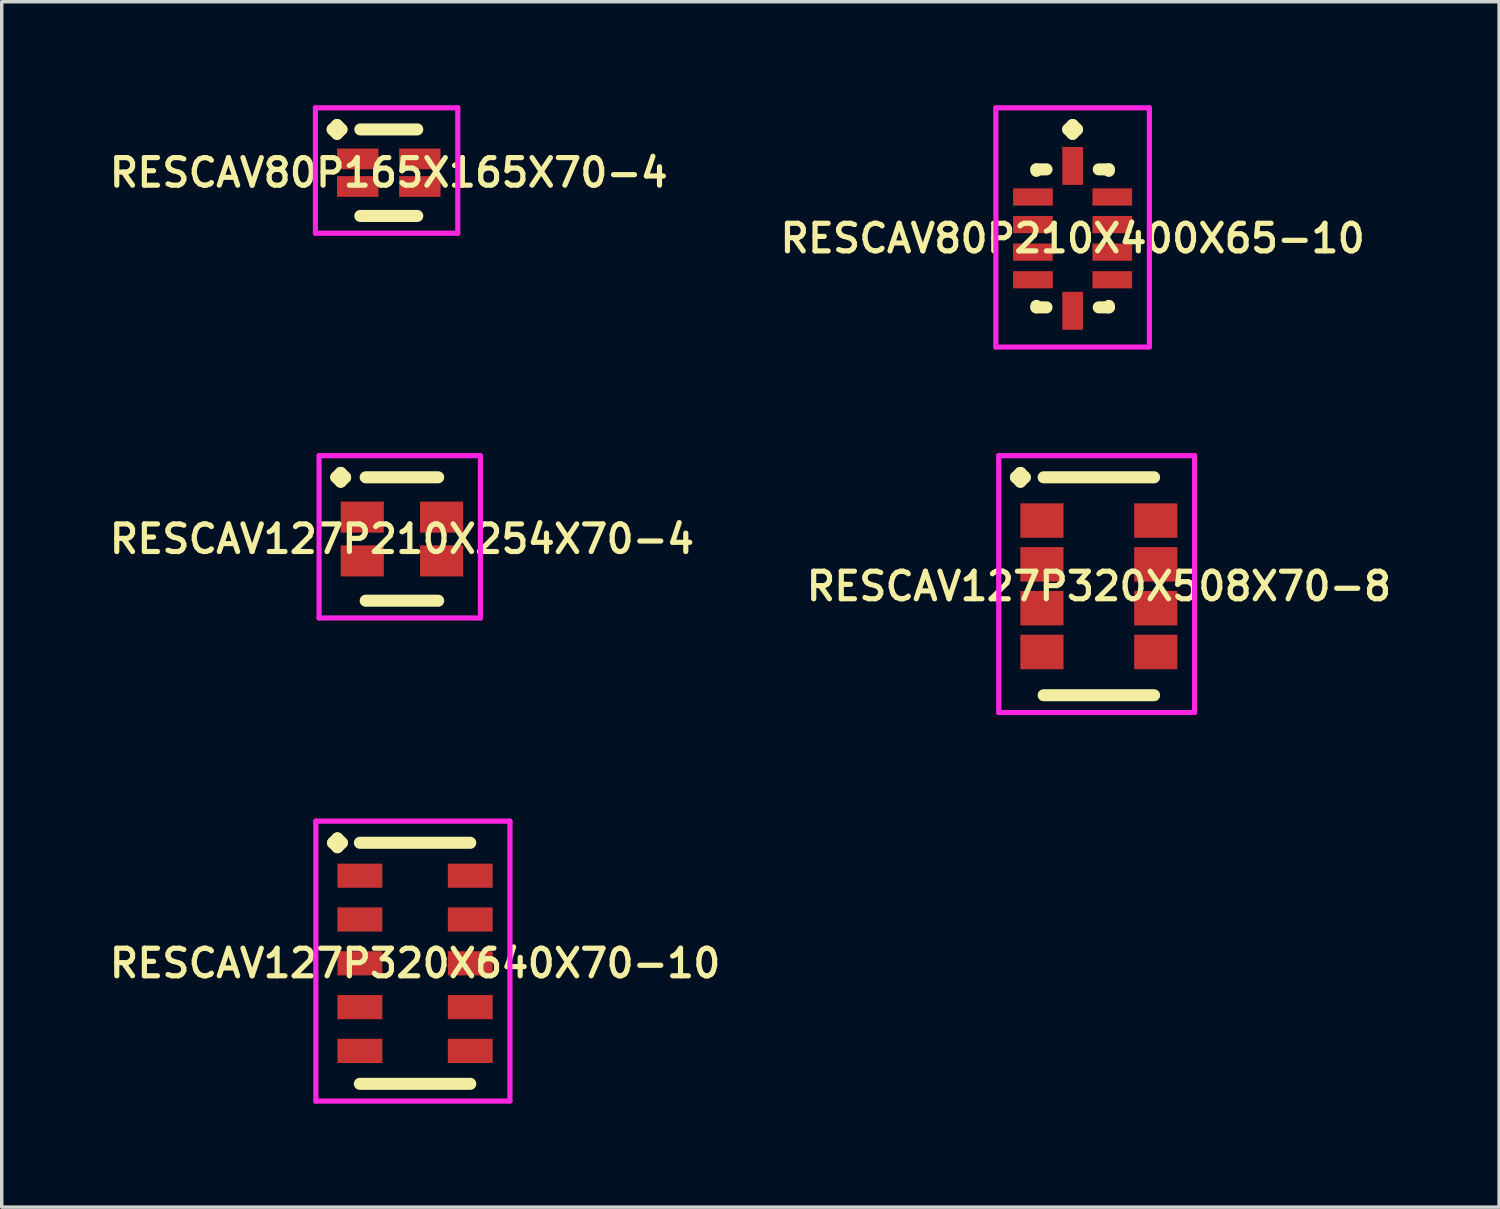
<source format=kicad_pcb>
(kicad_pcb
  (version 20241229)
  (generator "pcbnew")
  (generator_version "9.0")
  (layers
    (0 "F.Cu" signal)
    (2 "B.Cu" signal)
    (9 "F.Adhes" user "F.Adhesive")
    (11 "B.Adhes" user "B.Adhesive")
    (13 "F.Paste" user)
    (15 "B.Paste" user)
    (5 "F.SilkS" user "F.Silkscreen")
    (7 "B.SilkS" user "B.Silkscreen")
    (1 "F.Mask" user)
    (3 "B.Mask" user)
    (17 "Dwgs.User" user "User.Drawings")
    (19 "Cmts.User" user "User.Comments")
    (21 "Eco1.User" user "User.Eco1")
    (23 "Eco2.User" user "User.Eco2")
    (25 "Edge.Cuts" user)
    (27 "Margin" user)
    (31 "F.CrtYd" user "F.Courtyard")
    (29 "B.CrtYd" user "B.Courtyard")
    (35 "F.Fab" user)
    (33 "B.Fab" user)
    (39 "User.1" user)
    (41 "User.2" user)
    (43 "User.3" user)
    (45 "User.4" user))
  (footprint "RESCAV80P165X165X70-4"
    (layer "F.Cu")
    (at 8.221 1.956)
    (property "Reference" "RESCAV80P165X165X70-4" (at 0 0 0) (layer "F.SilkS") (effects (font (size 0.8 0.8) (thickness 0.15))))
    (attr smd)
    (fp_line (start -1.627 -1.254) (end -1.5 -1.381) (stroke (width 0.35) (type solid)) (layer "F.SilkS"))
    (fp_line (start -1.5 -1.381) (end -1.373 -1.254) (stroke (width 0.35) (type solid)) (layer "F.SilkS"))
    (fp_line (start -1.5 -1.127) (end -1.627 -1.254) (stroke (width 0.35) (type solid)) (layer "F.SilkS"))
    (fp_line (start -1.373 -1.254) (end -1.5 -1.127) (stroke (width 0.35) (type solid)) (layer "F.SilkS"))
    (fp_line (start -0.825 -1.254) (end 0.825 -1.254) (stroke (width 0.35) (type solid)) (layer "F.SilkS"))
    (fp_line (start -0.825 1.254) (end 0.825 1.254) (stroke (width 0.35) (type solid)) (layer "F.SilkS"))
    (fp_line (start -2.127 -1.881) (end 2 -1.881) (stroke (width 0.15) (type solid)) (layer "F.CrtYd"))
    (fp_line (start -2.127 1.754) (end -2.127 -1.881) (stroke (width 0.15) (type solid)) (layer "F.CrtYd"))
    (fp_line (start 2 -1.881) (end 2 1.754) (stroke (width 0.15) (type solid)) (layer "F.CrtYd"))
    (fp_line (start 2 1.754) (end -2.127 1.754) (stroke (width 0.15) (type solid)) (layer "F.CrtYd"))
    (pad "1" smd rect (at -0.9 -0.4) (size 1.2 0.6) (layers "F.Cu" "F.Mask" "F.Paste"))
    (pad "2" smd rect (at -0.9 0.4) (size 1.2 0.6) (layers "F.Cu" "F.Mask" "F.Paste"))
    (pad "3" smd rect (at 0.9 0.4) (size 1.2 0.6) (layers "F.Cu" "F.Mask" "F.Paste"))
    (pad "4" smd rect (at 0.9 -0.4) (size 1.2 0.6) (layers "F.Cu" "F.Mask" "F.Paste")))
  (footprint "RESCAV127P320X508X70-8"
    (layer "F.Cu")
    (at 28.806 13.946)
    (property "Reference" "RESCAV127P320X508X70-8" (at 0 0 0) (layer "F.SilkS") (effects (font (size 0.8 0.8) (thickness 0.15))))
    (attr smd)
    (fp_line (start -2.402 -3.159) (end -2.275 -3.286) (stroke (width 0.35) (type solid)) (layer "F.SilkS"))
    (fp_line (start -2.275 -3.286) (end -2.148 -3.159) (stroke (width 0.35) (type solid)) (layer "F.SilkS"))
    (fp_line (start -2.275 -3.032) (end -2.402 -3.159) (stroke (width 0.35) (type solid)) (layer "F.SilkS"))
    (fp_line (start -2.148 -3.159) (end -2.275 -3.032) (stroke (width 0.35) (type solid)) (layer "F.SilkS"))
    (fp_line (start -1.6 -3.159) (end 1.6 -3.159) (stroke (width 0.35) (type solid)) (layer "F.SilkS"))
    (fp_line (start -1.6 3.159) (end 1.6 3.159) (stroke (width 0.35) (type solid)) (layer "F.SilkS"))
    (fp_line (start -2.902 -3.786) (end 2.775 -3.786) (stroke (width 0.15) (type solid)) (layer "F.CrtYd"))
    (fp_line (start -2.902 3.659) (end -2.902 -3.786) (stroke (width 0.15) (type solid)) (layer "F.CrtYd"))
    (fp_line (start 2.775 -3.786) (end 2.775 3.659) (stroke (width 0.15) (type solid)) (layer "F.CrtYd"))
    (fp_line (start 2.775 3.659) (end -2.902 3.659) (stroke (width 0.15) (type solid)) (layer "F.CrtYd"))
    (pad "1" smd rect (at -1.65 -1.905) (size 1.25 1) (layers "F.Cu" "F.Mask" "F.Paste"))
    (pad "2" smd rect (at -1.65 -0.635) (size 1.25 1) (layers "F.Cu" "F.Mask" "F.Paste"))
    (pad "3" smd rect (at -1.65 0.635) (size 1.25 1) (layers "F.Cu" "F.Mask" "F.Paste"))
    (pad "4" smd rect (at -1.65 1.905) (size 1.25 1) (layers "F.Cu" "F.Mask" "F.Paste"))
    (pad "5" smd rect (at 1.65 1.905) (size 1.25 1) (layers "F.Cu" "F.Mask" "F.Paste"))
    (pad "6" smd rect (at 1.65 0.635) (size 1.25 1) (layers "F.Cu" "F.Mask" "F.Paste"))
    (pad "7" smd rect (at 1.65 -0.635) (size 1.25 1) (layers "F.Cu" "F.Mask" "F.Paste"))
    (pad "8" smd rect (at 1.65 -1.905) (size 1.25 1) (layers "F.Cu" "F.Mask" "F.Paste")))
  (footprint "RESCAV80P210X400X65-10"
    (layer "F.Cu")
    (at 28.045 3.86)
    (property "Reference" "RESCAV80P210X400X65-10" (at 0 0 0) (layer "F.SilkS") (effects (font (size 0.8 0.8) (thickness 0.15))))
    (attr smd)
    (fp_line (start -1.05 -2) (end -0.758 -2) (stroke (width 0.35) (type solid)) (layer "F.SilkS"))
    (fp_line (start -1.05 -1.958) (end -1.05 -2) (stroke (width 0.35) (type solid)) (layer "F.SilkS"))
    (fp_line (start -1.05 1.958) (end -1.05 2) (stroke (width 0.35) (type solid)) (layer "F.SilkS"))
    (fp_line (start -1.05 2) (end -0.758 2) (stroke (width 0.35) (type solid)) (layer "F.SilkS"))
    (fp_line (start -0.127 -3.158) (end 0 -3.285) (stroke (width 0.35) (type solid)) (layer "F.SilkS"))
    (fp_line (start 0 -3.285) (end 0.127 -3.158) (stroke (width 0.35) (type solid)) (layer "F.SilkS"))
    (fp_line (start 0 -3.031) (end -0.127 -3.158) (stroke (width 0.35) (type solid)) (layer "F.SilkS"))
    (fp_line (start 0.127 -3.158) (end 0 -3.031) (stroke (width 0.35) (type solid)) (layer "F.SilkS"))
    (fp_line (start 1.05 -2) (end 0.758 -2) (stroke (width 0.35) (type solid)) (layer "F.SilkS"))
    (fp_line (start 1.05 -1.958) (end 1.05 -2) (stroke (width 0.35) (type solid)) (layer "F.SilkS"))
    (fp_line (start 1.05 1.958) (end 1.05 2) (stroke (width 0.35) (type solid)) (layer "F.SilkS"))
    (fp_line (start 1.05 2) (end 0.758 2) (stroke (width 0.35) (type solid)) (layer "F.SilkS"))
    (fp_line (start -2.225 -3.785) (end 2.225 -3.785) (stroke (width 0.15) (type solid)) (layer "F.CrtYd"))
    (fp_line (start -2.225 3.15) (end -2.225 -3.785) (stroke (width 0.15) (type solid)) (layer "F.CrtYd"))
    (fp_line (start 2.225 -3.785) (end 2.225 3.15) (stroke (width 0.15) (type solid)) (layer "F.CrtYd"))
    (fp_line (start 2.225 3.15) (end -2.225 3.15) (stroke (width 0.15) (type solid)) (layer "F.CrtYd"))
    (pad "1" smd rect (at 0 -2.1) (size 0.6 1.1) (layers "F.Cu" "F.Mask" "F.Paste"))
    (pad "2" smd rect (at -1.15 -1.2) (size 1.15 0.5) (layers "F.Cu" "F.Mask" "F.Paste"))
    (pad "3" smd rect (at -1.15 -0.4) (size 1.15 0.5) (layers "F.Cu" "F.Mask" "F.Paste"))
    (pad "4" smd rect (at -1.15 0.4) (size 1.15 0.5) (layers "F.Cu" "F.Mask" "F.Paste"))
    (pad "5" smd rect (at -1.15 1.2) (size 1.15 0.5) (layers "F.Cu" "F.Mask" "F.Paste"))
    (pad "6" smd rect (at 0 2.1) (size 0.6 1.1) (layers "F.Cu" "F.Mask" "F.Paste"))
    (pad "7" smd rect (at 1.15 1.2) (size 1.15 0.5) (layers "F.Cu" "F.Mask" "F.Paste"))
    (pad "8" smd rect (at 1.15 0.4) (size 1.15 0.5) (layers "F.Cu" "F.Mask" "F.Paste"))
    (pad "9" smd rect (at 1.15 -0.4) (size 1.15 0.5) (layers "F.Cu" "F.Mask" "F.Paste"))
    (pad "10" smd rect (at 1.15 -1.2) (size 1.15 0.5) (layers "F.Cu" "F.Mask" "F.Paste")))
  (footprint "RESCAV127P320X640X70-10"
    (layer "F.Cu")
    (at 8.983 24.876)
    (property "Reference" "RESCAV127P320X640X70-10" (at 0 0 0) (layer "F.SilkS") (effects (font (size 0.8 0.8) (thickness 0.15))))
    (attr smd)
    (fp_line (start -2.377 -3.494) (end -2.25 -3.621) (stroke (width 0.35) (type solid)) (layer "F.SilkS"))
    (fp_line (start -2.25 -3.621) (end -2.123 -3.494) (stroke (width 0.35) (type solid)) (layer "F.SilkS"))
    (fp_line (start -2.25 -3.367) (end -2.377 -3.494) (stroke (width 0.35) (type solid)) (layer "F.SilkS"))
    (fp_line (start -2.123 -3.494) (end -2.25 -3.367) (stroke (width 0.35) (type solid)) (layer "F.SilkS"))
    (fp_line (start -1.6 -3.494) (end 1.6 -3.494) (stroke (width 0.35) (type solid)) (layer "F.SilkS"))
    (fp_line (start -1.6 3.494) (end 1.6 3.494) (stroke (width 0.35) (type solid)) (layer "F.SilkS"))
    (fp_line (start -2.877 -4.121) (end 2.75 -4.121) (stroke (width 0.15) (type solid)) (layer "F.CrtYd"))
    (fp_line (start -2.877 3.994) (end -2.877 -4.121) (stroke (width 0.15) (type solid)) (layer "F.CrtYd"))
    (fp_line (start 2.75 -4.121) (end 2.75 3.994) (stroke (width 0.15) (type solid)) (layer "F.CrtYd"))
    (fp_line (start 2.75 3.994) (end -2.877 3.994) (stroke (width 0.15) (type solid)) (layer "F.CrtYd"))
    (pad "1" smd rect (at -1.6 -2.54) (size 1.3 0.7) (layers "F.Cu" "F.Mask" "F.Paste"))
    (pad "2" smd rect (at -1.6 -1.27) (size 1.3 0.7) (layers "F.Cu" "F.Mask" "F.Paste"))
    (pad "3" smd rect (at -1.6 0) (size 1.3 0.7) (layers "F.Cu" "F.Mask" "F.Paste"))
    (pad "4" smd rect (at -1.6 1.27) (size 1.3 0.7) (layers "F.Cu" "F.Mask" "F.Paste"))
    (pad "5" smd rect (at -1.6 2.54) (size 1.3 0.7) (layers "F.Cu" "F.Mask" "F.Paste"))
    (pad "6" smd rect (at 1.6 2.54) (size 1.3 0.7) (layers "F.Cu" "F.Mask" "F.Paste"))
    (pad "7" smd rect (at 1.6 1.27) (size 1.3 0.7) (layers "F.Cu" "F.Mask" "F.Paste"))
    (pad "8" smd rect (at 1.6 0) (size 1.3 0.7) (layers "F.Cu" "F.Mask" "F.Paste"))
    (pad "9" smd rect (at 1.6 -1.27) (size 1.3 0.7) (layers "F.Cu" "F.Mask" "F.Paste"))
    (pad "10" smd rect (at 1.6 -2.54) (size 1.3 0.7) (layers "F.Cu" "F.Mask" "F.Paste")))
  (footprint "RESCAV127P210X254X70-4"
    (layer "F.Cu")
    (at 8.602 12.576)
    (property "Reference" "RESCAV127P210X254X70-4" (at 0 0 0) (layer "F.SilkS") (effects (font (size 0.8 0.8) (thickness 0.15))))
    (attr smd)
    (fp_line (start -1.902 -1.789) (end -1.775 -1.916) (stroke (width 0.35) (type solid)) (layer "F.SilkS"))
    (fp_line (start -1.775 -1.916) (end -1.648 -1.789) (stroke (width 0.35) (type solid)) (layer "F.SilkS"))
    (fp_line (start -1.775 -1.662) (end -1.902 -1.789) (stroke (width 0.35) (type solid)) (layer "F.SilkS"))
    (fp_line (start -1.648 -1.789) (end -1.775 -1.662) (stroke (width 0.35) (type solid)) (layer "F.SilkS"))
    (fp_line (start -1.05 -1.789) (end 1.05 -1.789) (stroke (width 0.35) (type solid)) (layer "F.SilkS"))
    (fp_line (start -1.05 1.789) (end 1.05 1.789) (stroke (width 0.35) (type solid)) (layer "F.SilkS"))
    (fp_line (start -2.402 -2.416) (end 2.275 -2.416) (stroke (width 0.15) (type solid)) (layer "F.CrtYd"))
    (fp_line (start -2.402 2.289) (end -2.402 -2.416) (stroke (width 0.15) (type solid)) (layer "F.CrtYd"))
    (fp_line (start 2.275 -2.416) (end 2.275 2.289) (stroke (width 0.15) (type solid)) (layer "F.CrtYd"))
    (fp_line (start 2.275 2.289) (end -2.402 2.289) (stroke (width 0.15) (type solid)) (layer "F.CrtYd"))
    (pad "1" smd rect (at -1.15 -0.635) (size 1.25 0.9) (layers "F.Cu" "F.Mask" "F.Paste"))
    (pad "2" smd rect (at -1.15 0.635) (size 1.25 0.9) (layers "F.Cu" "F.Mask" "F.Paste"))
    (pad "3" smd rect (at 1.15 0.635) (size 1.25 0.9) (layers "F.Cu" "F.Mask" "F.Paste"))
    (pad "4" smd rect (at 1.15 -0.635) (size 1.25 0.9) (layers "F.Cu" "F.Mask" "F.Paste")))
  (gr_rect
    (start -3 -3)
    (end 40.409 31.945)
    (stroke (width 0.1) (type default))
    (fill no)
    (layer "Edge.Cuts")))
</source>
